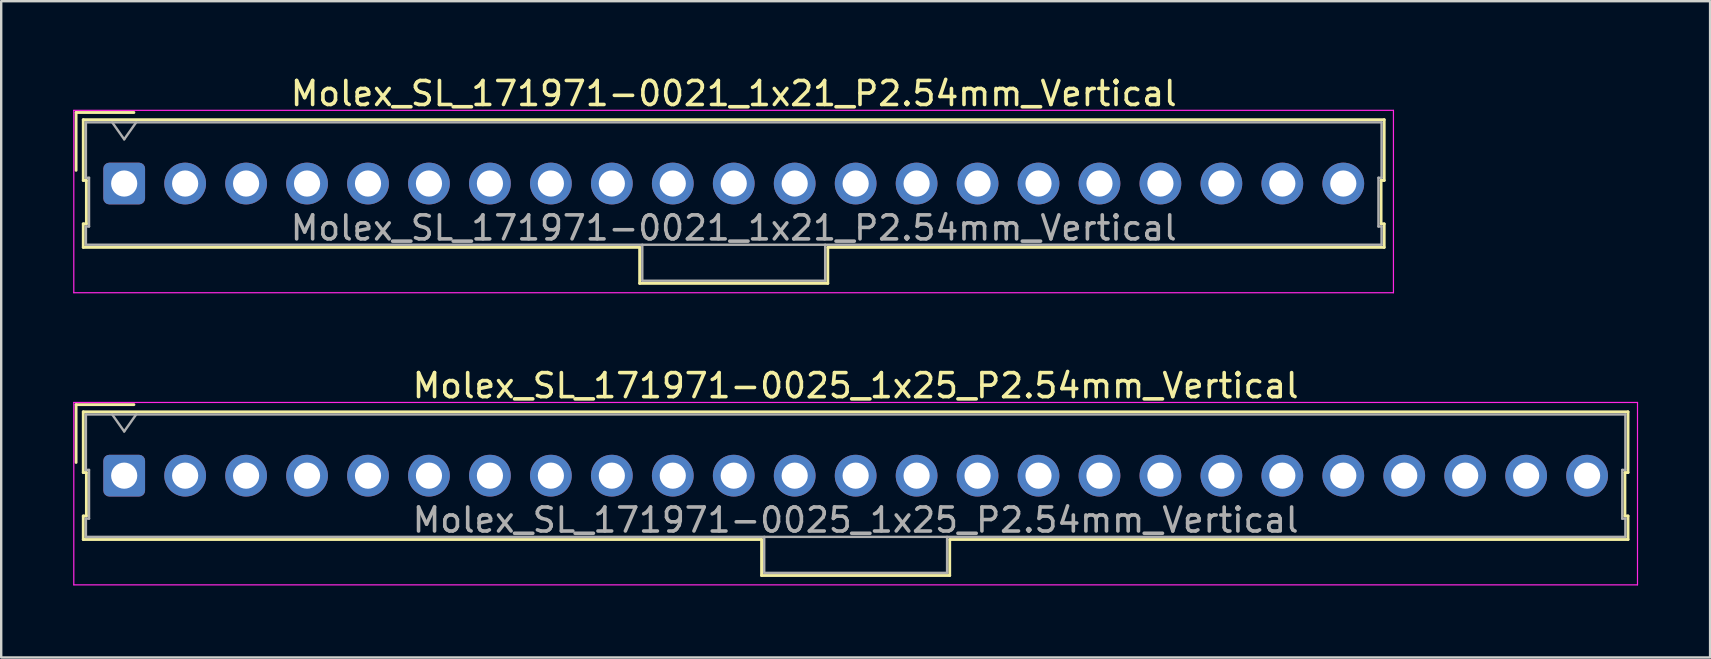
<source format=kicad_pcb>
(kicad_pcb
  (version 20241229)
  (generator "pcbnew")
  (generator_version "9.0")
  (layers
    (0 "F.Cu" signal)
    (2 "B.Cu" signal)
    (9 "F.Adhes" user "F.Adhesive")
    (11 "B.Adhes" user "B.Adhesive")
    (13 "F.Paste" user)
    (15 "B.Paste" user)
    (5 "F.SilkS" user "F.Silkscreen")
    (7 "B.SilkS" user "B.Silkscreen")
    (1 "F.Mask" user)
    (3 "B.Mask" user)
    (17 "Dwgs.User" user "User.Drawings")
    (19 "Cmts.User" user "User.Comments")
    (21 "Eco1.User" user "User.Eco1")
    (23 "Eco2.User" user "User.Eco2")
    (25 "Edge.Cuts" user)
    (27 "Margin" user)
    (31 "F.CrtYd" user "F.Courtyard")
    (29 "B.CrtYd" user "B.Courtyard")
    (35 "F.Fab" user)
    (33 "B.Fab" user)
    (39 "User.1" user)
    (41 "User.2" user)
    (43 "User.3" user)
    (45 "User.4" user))
  (footprint "Molex_SL_171971-0025_1x25_P2.54mm_Vertical"
    (layer "F.Cu")
    (at 2.125 16.771)
    (property "Reference" "Molex_SL_171971-0025_1x25_P2.54mm_Vertical" (at 30.48 -3.75 0) (layer "F.SilkS") (effects (font (size 1 1) (thickness 0.15))))
    (attr through_hole)
    (fp_line (start -2.005 -2.96) (end 0.405 -2.96) (stroke (width 0.12) (type solid)) (layer "F.SilkS"))
    (fp_line (start -2.005 -0.55) (end -2.005 -2.96) (stroke (width 0.12) (type solid)) (layer "F.SilkS"))
    (fp_line (start -1.705 -2.66) (end -1.705 -0.13) (stroke (width 0.12) (type solid)) (layer "F.SilkS"))
    (fp_line (start -1.705 -0.13) (end -1.575 -0.13) (stroke (width 0.12) (type solid)) (layer "F.SilkS"))
    (fp_line (start -1.705 1.68) (end -1.705 2.66) (stroke (width 0.12) (type solid)) (layer "F.SilkS"))
    (fp_line (start -1.705 2.66) (end 26.56 2.66) (stroke (width 0.12) (type solid)) (layer "F.SilkS"))
    (fp_line (start -1.575 -0.13) (end -1.575 1.68) (stroke (width 0.12) (type solid)) (layer "F.SilkS"))
    (fp_line (start -1.575 1.68) (end -1.705 1.68) (stroke (width 0.12) (type solid)) (layer "F.SilkS"))
    (fp_line (start 26.56 2.66) (end 26.56 4.16) (stroke (width 0.12) (type solid)) (layer "F.SilkS"))
    (fp_line (start 26.56 4.16) (end 34.4 4.16) (stroke (width 0.12) (type solid)) (layer "F.SilkS"))
    (fp_line (start 34.4 2.66) (end 62.665 2.66) (stroke (width 0.12) (type solid)) (layer "F.SilkS"))
    (fp_line (start 34.4 4.16) (end 34.4 2.66) (stroke (width 0.12) (type solid)) (layer "F.SilkS"))
    (fp_line (start 62.535 -0.13) (end 62.665 -0.13) (stroke (width 0.12) (type solid)) (layer "F.SilkS"))
    (fp_line (start 62.535 1.68) (end 62.535 -0.13) (stroke (width 0.12) (type solid)) (layer "F.SilkS"))
    (fp_line (start 62.665 -2.66) (end -1.705 -2.66) (stroke (width 0.12) (type solid)) (layer "F.SilkS"))
    (fp_line (start 62.665 -0.13) (end 62.665 -2.66) (stroke (width 0.12) (type solid)) (layer "F.SilkS"))
    (fp_line (start 62.665 1.68) (end 62.535 1.68) (stroke (width 0.12) (type solid)) (layer "F.SilkS"))
    (fp_line (start 62.665 2.66) (end 62.665 1.68) (stroke (width 0.12) (type solid)) (layer "F.SilkS"))
    (fp_line (start -2.1 -3.05) (end -2.1 4.55) (stroke (width 0.05) (type solid)) (layer "F.CrtYd"))
    (fp_line (start -2.1 4.55) (end 63.06 4.55) (stroke (width 0.05) (type solid)) (layer "F.CrtYd"))
    (fp_line (start 63.06 -3.05) (end -2.1 -3.05) (stroke (width 0.05) (type solid)) (layer "F.CrtYd"))
    (fp_line (start 63.06 4.55) (end 63.06 -3.05) (stroke (width 0.05) (type solid)) (layer "F.CrtYd"))
    (fp_line (start -1.595 -2.55) (end -1.595 -0.24) (stroke (width 0.1) (type solid)) (layer "F.Fab"))
    (fp_line (start -1.595 -0.24) (end -1.465 -0.24) (stroke (width 0.1) (type solid)) (layer "F.Fab"))
    (fp_line (start -1.595 1.79) (end -1.595 2.55) (stroke (width 0.1) (type solid)) (layer "F.Fab"))
    (fp_line (start -1.595 2.55) (end 62.555 2.55) (stroke (width 0.1) (type solid)) (layer "F.Fab"))
    (fp_line (start -1.465 -0.24) (end -1.465 1.79) (stroke (width 0.1) (type solid)) (layer "F.Fab"))
    (fp_line (start -1.465 1.79) (end -1.595 1.79) (stroke (width 0.1) (type solid)) (layer "F.Fab"))
    (fp_line (start 0 -1.843) (end -0.5 -2.55) (stroke (width 0.1) (type solid)) (layer "F.Fab"))
    (fp_line (start 0.5 -2.55) (end 0 -1.843) (stroke (width 0.1) (type solid)) (layer "F.Fab"))
    (fp_line (start 26.67 2.55) (end 26.67 4.05) (stroke (width 0.1) (type solid)) (layer "F.Fab"))
    (fp_line (start 26.67 4.05) (end 34.29 4.05) (stroke (width 0.1) (type solid)) (layer "F.Fab"))
    (fp_line (start 34.29 4.05) (end 34.29 2.55) (stroke (width 0.1) (type solid)) (layer "F.Fab"))
    (fp_line (start 62.425 -0.24) (end 62.555 -0.24) (stroke (width 0.1) (type solid)) (layer "F.Fab"))
    (fp_line (start 62.425 1.79) (end 62.425 -0.24) (stroke (width 0.1) (type solid)) (layer "F.Fab"))
    (fp_line (start 62.555 -2.55) (end -1.595 -2.55) (stroke (width 0.1) (type solid)) (layer "F.Fab"))
    (fp_line (start 62.555 -0.24) (end 62.555 -2.55) (stroke (width 0.1) (type solid)) (layer "F.Fab"))
    (fp_line (start 62.555 1.79) (end 62.425 1.79) (stroke (width 0.1) (type solid)) (layer "F.Fab"))
    (fp_line (start 62.555 2.55) (end 62.555 1.79) (stroke (width 0.1) (type solid)) (layer "F.Fab"))
    (fp_text user "${REFERENCE}" (at 30.48 1.85 0) (layer "F.Fab") (effects (font (size 1 1) (thickness 0.15))))
    (pad "1" thru_hole roundrect (at 0 0) (size 1.74 1.74) (drill 1.09) (layers "*.Cu" "*.Mask") (roundrect_rratio 0.144))
    (pad "2" thru_hole circle (at 2.54 0) (size 1.74 1.74) (drill 1.09) (layers "*.Cu" "*.Mask"))
    (pad "3" thru_hole circle (at 5.08 0) (size 1.74 1.74) (drill 1.09) (layers "*.Cu" "*.Mask"))
    (pad "4" thru_hole circle (at 7.62 0) (size 1.74 1.74) (drill 1.09) (layers "*.Cu" "*.Mask"))
    (pad "5" thru_hole circle (at 10.16 0) (size 1.74 1.74) (drill 1.09) (layers "*.Cu" "*.Mask"))
    (pad "6" thru_hole circle (at 12.7 0) (size 1.74 1.74) (drill 1.09) (layers "*.Cu" "*.Mask"))
    (pad "7" thru_hole circle (at 15.24 0) (size 1.74 1.74) (drill 1.09) (layers "*.Cu" "*.Mask"))
    (pad "8" thru_hole circle (at 17.78 0) (size 1.74 1.74) (drill 1.09) (layers "*.Cu" "*.Mask"))
    (pad "9" thru_hole circle (at 20.32 0) (size 1.74 1.74) (drill 1.09) (layers "*.Cu" "*.Mask"))
    (pad "10" thru_hole circle (at 22.86 0) (size 1.74 1.74) (drill 1.09) (layers "*.Cu" "*.Mask"))
    (pad "11" thru_hole circle (at 25.4 0) (size 1.74 1.74) (drill 1.09) (layers "*.Cu" "*.Mask"))
    (pad "12" thru_hole circle (at 27.94 0) (size 1.74 1.74) (drill 1.09) (layers "*.Cu" "*.Mask"))
    (pad "13" thru_hole circle (at 30.48 0) (size 1.74 1.74) (drill 1.09) (layers "*.Cu" "*.Mask"))
    (pad "14" thru_hole circle (at 33.02 0) (size 1.74 1.74) (drill 1.09) (layers "*.Cu" "*.Mask"))
    (pad "15" thru_hole circle (at 35.56 0) (size 1.74 1.74) (drill 1.09) (layers "*.Cu" "*.Mask"))
    (pad "16" thru_hole circle (at 38.1 0) (size 1.74 1.74) (drill 1.09) (layers "*.Cu" "*.Mask"))
    (pad "17" thru_hole circle (at 40.64 0) (size 1.74 1.74) (drill 1.09) (layers "*.Cu" "*.Mask"))
    (pad "18" thru_hole circle (at 43.18 0) (size 1.74 1.74) (drill 1.09) (layers "*.Cu" "*.Mask"))
    (pad "19" thru_hole circle (at 45.72 0) (size 1.74 1.74) (drill 1.09) (layers "*.Cu" "*.Mask"))
    (pad "20" thru_hole circle (at 48.26 0) (size 1.74 1.74) (drill 1.09) (layers "*.Cu" "*.Mask"))
    (pad "21" thru_hole circle (at 50.8 0) (size 1.74 1.74) (drill 1.09) (layers "*.Cu" "*.Mask"))
    (pad "22" thru_hole circle (at 53.34 0) (size 1.74 1.74) (drill 1.09) (layers "*.Cu" "*.Mask"))
    (pad "23" thru_hole circle (at 55.88 0) (size 1.74 1.74) (drill 1.09) (layers "*.Cu" "*.Mask"))
    (pad "24" thru_hole circle (at 58.42 0) (size 1.74 1.74) (drill 1.09) (layers "*.Cu" "*.Mask"))
    (pad "25" thru_hole circle (at 60.96 0) (size 1.74 1.74) (drill 1.09) (layers "*.Cu" "*.Mask")))
  (footprint "Molex_SL_171971-0021_1x21_P2.54mm_Vertical"
    (layer "F.Cu")
    (at 2.125 4.598)
    (property "Reference" "Molex_SL_171971-0021_1x21_P2.54mm_Vertical" (at 25.4 -3.75 0) (layer "F.SilkS") (effects (font (size 1 1) (thickness 0.15))))
    (attr through_hole)
    (fp_line (start -2.005 -2.96) (end 0.405 -2.96) (stroke (width 0.12) (type solid)) (layer "F.SilkS"))
    (fp_line (start -2.005 -0.55) (end -2.005 -2.96) (stroke (width 0.12) (type solid)) (layer "F.SilkS"))
    (fp_line (start -1.705 -2.66) (end -1.705 -0.13) (stroke (width 0.12) (type solid)) (layer "F.SilkS"))
    (fp_line (start -1.705 -0.13) (end -1.575 -0.13) (stroke (width 0.12) (type solid)) (layer "F.SilkS"))
    (fp_line (start -1.705 1.68) (end -1.705 2.66) (stroke (width 0.12) (type solid)) (layer "F.SilkS"))
    (fp_line (start -1.705 2.66) (end 21.48 2.66) (stroke (width 0.12) (type solid)) (layer "F.SilkS"))
    (fp_line (start -1.575 -0.13) (end -1.575 1.68) (stroke (width 0.12) (type solid)) (layer "F.SilkS"))
    (fp_line (start -1.575 1.68) (end -1.705 1.68) (stroke (width 0.12) (type solid)) (layer "F.SilkS"))
    (fp_line (start 21.48 2.66) (end 21.48 4.16) (stroke (width 0.12) (type solid)) (layer "F.SilkS"))
    (fp_line (start 21.48 4.16) (end 29.32 4.16) (stroke (width 0.12) (type solid)) (layer "F.SilkS"))
    (fp_line (start 29.32 2.66) (end 52.505 2.66) (stroke (width 0.12) (type solid)) (layer "F.SilkS"))
    (fp_line (start 29.32 4.16) (end 29.32 2.66) (stroke (width 0.12) (type solid)) (layer "F.SilkS"))
    (fp_line (start 52.375 -0.13) (end 52.505 -0.13) (stroke (width 0.12) (type solid)) (layer "F.SilkS"))
    (fp_line (start 52.375 1.68) (end 52.375 -0.13) (stroke (width 0.12) (type solid)) (layer "F.SilkS"))
    (fp_line (start 52.505 -2.66) (end -1.705 -2.66) (stroke (width 0.12) (type solid)) (layer "F.SilkS"))
    (fp_line (start 52.505 -0.13) (end 52.505 -2.66) (stroke (width 0.12) (type solid)) (layer "F.SilkS"))
    (fp_line (start 52.505 1.68) (end 52.375 1.68) (stroke (width 0.12) (type solid)) (layer "F.SilkS"))
    (fp_line (start 52.505 2.66) (end 52.505 1.68) (stroke (width 0.12) (type solid)) (layer "F.SilkS"))
    (fp_line (start -2.1 -3.05) (end -2.1 4.55) (stroke (width 0.05) (type solid)) (layer "F.CrtYd"))
    (fp_line (start -2.1 4.55) (end 52.89 4.55) (stroke (width 0.05) (type solid)) (layer "F.CrtYd"))
    (fp_line (start 52.89 -3.05) (end -2.1 -3.05) (stroke (width 0.05) (type solid)) (layer "F.CrtYd"))
    (fp_line (start 52.89 4.55) (end 52.89 -3.05) (stroke (width 0.05) (type solid)) (layer "F.CrtYd"))
    (fp_line (start -1.595 -2.55) (end -1.595 -0.24) (stroke (width 0.1) (type solid)) (layer "F.Fab"))
    (fp_line (start -1.595 -0.24) (end -1.465 -0.24) (stroke (width 0.1) (type solid)) (layer "F.Fab"))
    (fp_line (start -1.595 1.79) (end -1.595 2.55) (stroke (width 0.1) (type solid)) (layer "F.Fab"))
    (fp_line (start -1.595 2.55) (end 52.395 2.55) (stroke (width 0.1) (type solid)) (layer "F.Fab"))
    (fp_line (start -1.465 -0.24) (end -1.465 1.79) (stroke (width 0.1) (type solid)) (layer "F.Fab"))
    (fp_line (start -1.465 1.79) (end -1.595 1.79) (stroke (width 0.1) (type solid)) (layer "F.Fab"))
    (fp_line (start 0 -1.843) (end -0.5 -2.55) (stroke (width 0.1) (type solid)) (layer "F.Fab"))
    (fp_line (start 0.5 -2.55) (end 0 -1.843) (stroke (width 0.1) (type solid)) (layer "F.Fab"))
    (fp_line (start 21.59 2.55) (end 21.59 4.05) (stroke (width 0.1) (type solid)) (layer "F.Fab"))
    (fp_line (start 21.59 4.05) (end 29.21 4.05) (stroke (width 0.1) (type solid)) (layer "F.Fab"))
    (fp_line (start 29.21 4.05) (end 29.21 2.55) (stroke (width 0.1) (type solid)) (layer "F.Fab"))
    (fp_line (start 52.265 -0.24) (end 52.395 -0.24) (stroke (width 0.1) (type solid)) (layer "F.Fab"))
    (fp_line (start 52.265 1.79) (end 52.265 -0.24) (stroke (width 0.1) (type solid)) (layer "F.Fab"))
    (fp_line (start 52.395 -2.55) (end -1.595 -2.55) (stroke (width 0.1) (type solid)) (layer "F.Fab"))
    (fp_line (start 52.395 -0.24) (end 52.395 -2.55) (stroke (width 0.1) (type solid)) (layer "F.Fab"))
    (fp_line (start 52.395 1.79) (end 52.265 1.79) (stroke (width 0.1) (type solid)) (layer "F.Fab"))
    (fp_line (start 52.395 2.55) (end 52.395 1.79) (stroke (width 0.1) (type solid)) (layer "F.Fab"))
    (fp_text user "${REFERENCE}" (at 25.4 1.85 0) (layer "F.Fab") (effects (font (size 1 1) (thickness 0.15))))
    (pad "1" thru_hole roundrect (at 0 0) (size 1.74 1.74) (drill 1.09) (layers "*.Cu" "*.Mask") (roundrect_rratio 0.144))
    (pad "2" thru_hole circle (at 2.54 0) (size 1.74 1.74) (drill 1.09) (layers "*.Cu" "*.Mask"))
    (pad "3" thru_hole circle (at 5.08 0) (size 1.74 1.74) (drill 1.09) (layers "*.Cu" "*.Mask"))
    (pad "4" thru_hole circle (at 7.62 0) (size 1.74 1.74) (drill 1.09) (layers "*.Cu" "*.Mask"))
    (pad "5" thru_hole circle (at 10.16 0) (size 1.74 1.74) (drill 1.09) (layers "*.Cu" "*.Mask"))
    (pad "6" thru_hole circle (at 12.7 0) (size 1.74 1.74) (drill 1.09) (layers "*.Cu" "*.Mask"))
    (pad "7" thru_hole circle (at 15.24 0) (size 1.74 1.74) (drill 1.09) (layers "*.Cu" "*.Mask"))
    (pad "8" thru_hole circle (at 17.78 0) (size 1.74 1.74) (drill 1.09) (layers "*.Cu" "*.Mask"))
    (pad "9" thru_hole circle (at 20.32 0) (size 1.74 1.74) (drill 1.09) (layers "*.Cu" "*.Mask"))
    (pad "10" thru_hole circle (at 22.86 0) (size 1.74 1.74) (drill 1.09) (layers "*.Cu" "*.Mask"))
    (pad "11" thru_hole circle (at 25.4 0) (size 1.74 1.74) (drill 1.09) (layers "*.Cu" "*.Mask"))
    (pad "12" thru_hole circle (at 27.94 0) (size 1.74 1.74) (drill 1.09) (layers "*.Cu" "*.Mask"))
    (pad "13" thru_hole circle (at 30.48 0) (size 1.74 1.74) (drill 1.09) (layers "*.Cu" "*.Mask"))
    (pad "14" thru_hole circle (at 33.02 0) (size 1.74 1.74) (drill 1.09) (layers "*.Cu" "*.Mask"))
    (pad "15" thru_hole circle (at 35.56 0) (size 1.74 1.74) (drill 1.09) (layers "*.Cu" "*.Mask"))
    (pad "16" thru_hole circle (at 38.1 0) (size 1.74 1.74) (drill 1.09) (layers "*.Cu" "*.Mask"))
    (pad "17" thru_hole circle (at 40.64 0) (size 1.74 1.74) (drill 1.09) (layers "*.Cu" "*.Mask"))
    (pad "18" thru_hole circle (at 43.18 0) (size 1.74 1.74) (drill 1.09) (layers "*.Cu" "*.Mask"))
    (pad "19" thru_hole circle (at 45.72 0) (size 1.74 1.74) (drill 1.09) (layers "*.Cu" "*.Mask"))
    (pad "20" thru_hole circle (at 48.26 0) (size 1.74 1.74) (drill 1.09) (layers "*.Cu" "*.Mask"))
    (pad "21" thru_hole circle (at 50.8 0) (size 1.74 1.74) (drill 1.09) (layers "*.Cu" "*.Mask")))
  (gr_rect
    (start -3 -3)
    (end 68.21 24.346)
    (stroke (width 0.1) (type default))
    (fill no)
    (layer "Edge.Cuts")))
</source>
